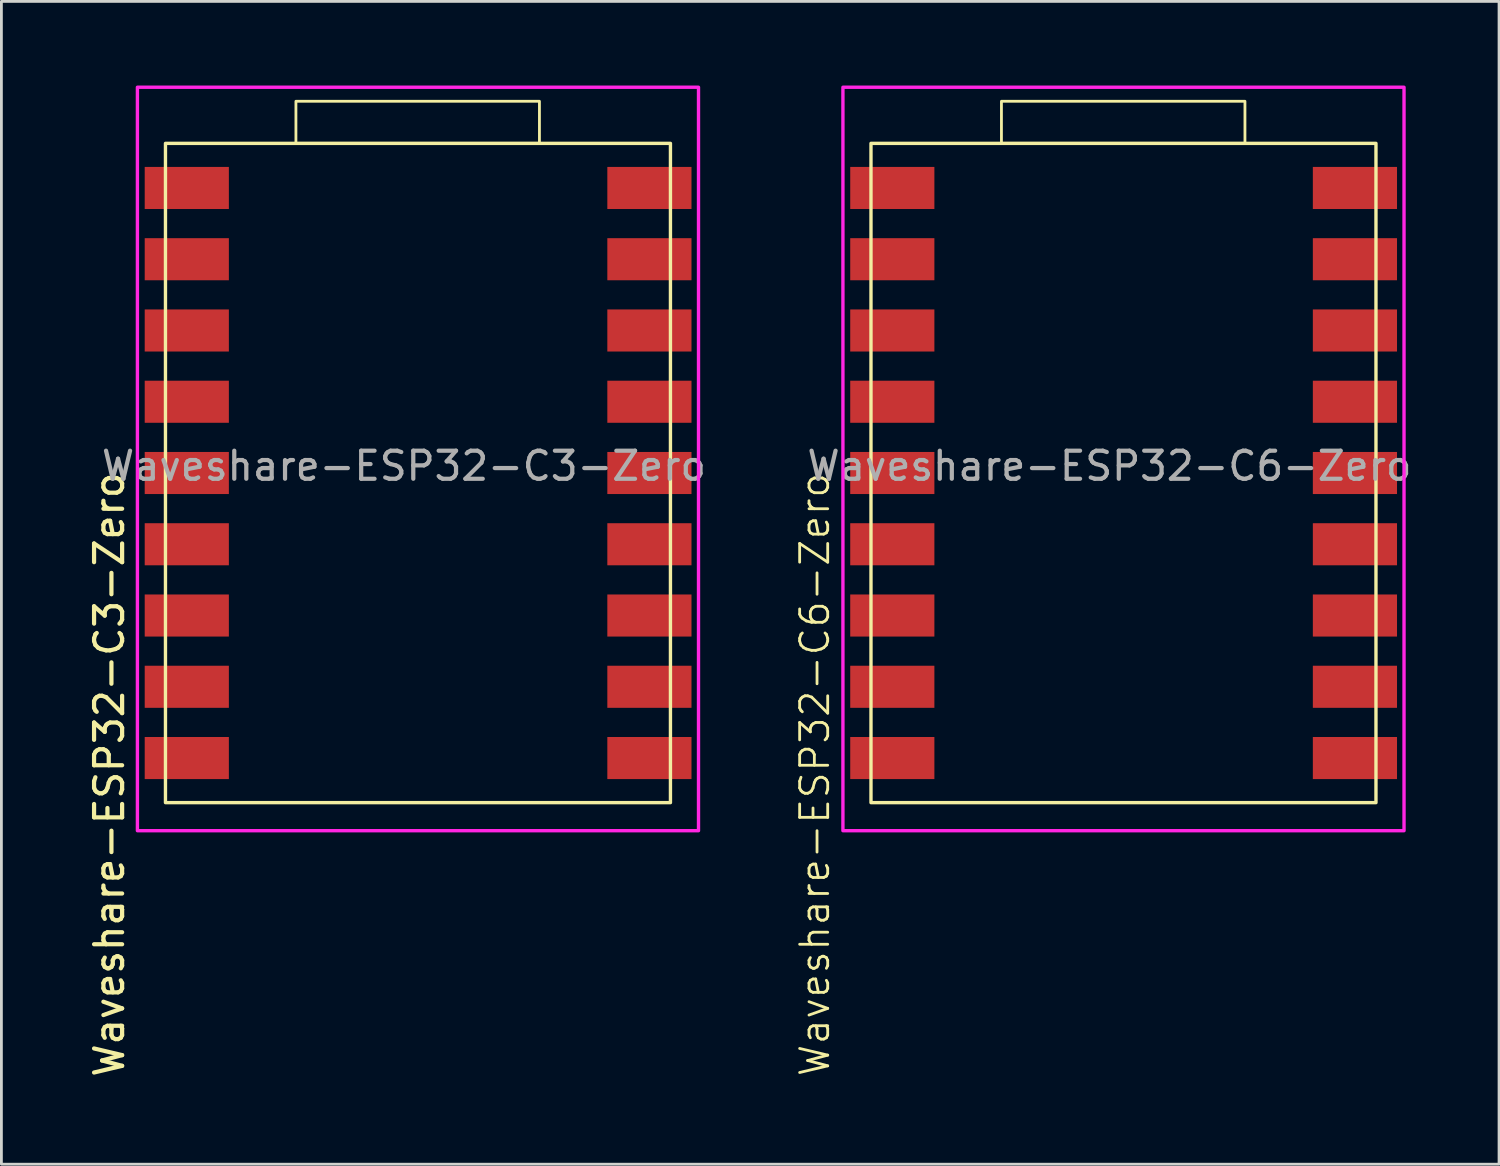
<source format=kicad_pcb>
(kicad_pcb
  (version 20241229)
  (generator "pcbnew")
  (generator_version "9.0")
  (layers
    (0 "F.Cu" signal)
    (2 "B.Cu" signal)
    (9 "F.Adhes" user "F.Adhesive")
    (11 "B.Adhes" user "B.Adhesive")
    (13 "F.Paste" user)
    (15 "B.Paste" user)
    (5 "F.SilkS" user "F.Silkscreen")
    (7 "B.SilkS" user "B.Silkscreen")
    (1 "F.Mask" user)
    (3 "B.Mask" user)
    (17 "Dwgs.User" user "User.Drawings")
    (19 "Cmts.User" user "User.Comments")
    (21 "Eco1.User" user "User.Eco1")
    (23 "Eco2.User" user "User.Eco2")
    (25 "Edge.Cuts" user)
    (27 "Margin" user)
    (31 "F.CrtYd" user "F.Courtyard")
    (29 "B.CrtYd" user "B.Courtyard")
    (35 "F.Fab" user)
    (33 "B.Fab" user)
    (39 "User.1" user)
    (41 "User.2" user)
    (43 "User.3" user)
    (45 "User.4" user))
  (footprint "Waveshare-ESP32-C3-Zero"
    (layer "F.Cu")
    (at 11.348 13.56)
    (property "Reference" "Waveshare-ESP32-C3-Zero" (at -10.5 11 90) (unlocked yes) (layer "F.SilkS") (effects (font (size 1 1) (thickness 0.15))))
    (attr smd)
    (fp_rect (start -8.5 -11.5) (end 9.5 12) (stroke (width 0.12) (type default)) (fill no) (layer "F.SilkS"))
    (fp_rect (start -3.85 -11.5) (end 4.83 -13) (stroke (width 0.1) (type default)) (fill no) (layer "F.SilkS"))
    (fp_rect (start -9.5 -13.5) (end 10.5 13) (stroke (width 0.12) (type default)) (fill no) (layer "F.CrtYd"))
    (fp_text user "${REFERENCE}" (at 0 0 0) (unlocked yes) (layer "F.Fab") (effects (font (size 1 1) (thickness 0.15))))
    (pad "1" smd rect (at -7.74 -9.91) (size 3 1.5) (layers "F.Cu" "F.Mask" "F.Paste"))
    (pad "2" smd rect (at -7.74 -7.37) (size 3 1.5) (layers "F.Cu" "F.Mask" "F.Paste"))
    (pad "3" smd rect (at -7.74 -4.83) (size 3 1.5) (layers "F.Cu" "F.Mask" "F.Paste"))
    (pad "4" smd rect (at -7.74 -2.29) (size 3 1.5) (layers "F.Cu" "F.Mask" "F.Paste"))
    (pad "5" smd rect (at -7.74 0.25) (size 3 1.5) (layers "F.Cu" "F.Mask" "F.Paste"))
    (pad "6" smd rect (at -7.74 2.79) (size 3 1.5) (layers "F.Cu" "F.Mask" "F.Paste"))
    (pad "7" smd rect (at -7.74 5.33) (size 3 1.5) (layers "F.Cu" "F.Mask" "F.Paste"))
    (pad "8" smd rect (at -7.74 7.87) (size 3 1.5) (layers "F.Cu" "F.Mask" "F.Paste"))
    (pad "9" smd rect (at -7.74 10.41) (size 3 1.5) (layers "F.Cu" "F.Mask" "F.Paste"))
    (pad "10" smd rect (at 8.75 10.41) (size 3 1.5) (layers "F.Cu" "F.Mask" "F.Paste"))
    (pad "11" smd rect (at 8.75 7.87) (size 3 1.5) (layers "F.Cu" "F.Mask" "F.Paste"))
    (pad "12" smd rect (at 8.75 5.33) (size 3 1.5) (layers "F.Cu" "F.Mask" "F.Paste"))
    (pad "13" smd rect (at 8.75 2.79) (size 3 1.5) (layers "F.Cu" "F.Mask" "F.Paste"))
    (pad "14" smd rect (at 8.75 0.25) (size 3 1.5) (layers "F.Cu" "F.Mask" "F.Paste"))
    (pad "15" smd rect (at 8.75 -2.29) (size 3 1.5) (layers "F.Cu" "F.Mask" "F.Paste"))
    (pad "16" smd rect (at 8.75 -4.83) (size 3 1.5) (layers "F.Cu" "F.Mask" "F.Paste"))
    (pad "17" smd rect (at 8.75 -7.37) (size 3 1.5) (layers "F.Cu" "F.Mask" "F.Paste"))
    (pad "18" smd rect (at 8.75 -9.91) (size 3 1.5) (layers "F.Cu" "F.Mask" "F.Paste"))
    (zone (net_name "") (layers "F.Cu" "B.Cu") (hatch edge 0.5) (connect_pads) (min_thickness 0.25) (filled_areas_thickness no) (keepout (tracks not_allowed) (vias not_allowed) (pads not_allowed) (copperpour not_allowed) (footprints not_allowed)) (placement (enabled no)) (fill) (polygon (pts (xy 7.848 22.06) (xy 15.848 22.06) (xy 15.848 26.56) (xy 7.848 26.56)))))
  (footprint "Waveshare-ESP32-C6-Zero"
    (layer "F.Cu")
    (at 36.496 13.56)
    (property "Reference" "Waveshare-ESP32-C6-Zero" (at -10.5 11 90) (unlocked yes) (layer "F.SilkS") (effects (font (size 1 1) (thickness 0.1))))
    (attr smd)
    (fp_rect (start -8.5 -11.5) (end 9.5 12) (stroke (width 0.12) (type default)) (fill no) (layer "F.SilkS"))
    (fp_rect (start -3.85 -11.5) (end 4.83 -13) (stroke (width 0.1) (type default)) (fill no) (layer "F.SilkS"))
    (fp_rect (start -9.5 -13.5) (end 10.5 13) (stroke (width 0.12) (type default)) (fill no) (layer "F.CrtYd"))
    (fp_text user "${REFERENCE}" (at 0 0 0) (unlocked yes) (layer "F.Fab") (effects (font (size 1 1) (thickness 0.15))))
    (pad "1" smd rect (at -7.74 -9.91) (size 3 1.5) (layers "F.Cu" "F.Mask" "F.Paste"))
    (pad "2" smd rect (at -7.74 -7.37) (size 3 1.5) (layers "F.Cu" "F.Mask" "F.Paste"))
    (pad "3" smd rect (at -7.74 -4.83) (size 3 1.5) (layers "F.Cu" "F.Mask" "F.Paste"))
    (pad "4" smd rect (at -7.74 -2.29) (size 3 1.5) (layers "F.Cu" "F.Mask" "F.Paste"))
    (pad "5" smd rect (at -7.74 0.25) (size 3 1.5) (layers "F.Cu" "F.Mask" "F.Paste"))
    (pad "6" smd rect (at -7.74 2.79) (size 3 1.5) (layers "F.Cu" "F.Mask" "F.Paste"))
    (pad "7" smd rect (at -7.74 5.33) (size 3 1.5) (layers "F.Cu" "F.Mask" "F.Paste"))
    (pad "8" smd rect (at -7.74 7.87) (size 3 1.5) (layers "F.Cu" "F.Mask" "F.Paste"))
    (pad "9" smd rect (at -7.74 10.41) (size 3 1.5) (layers "F.Cu" "F.Mask" "F.Paste"))
    (pad "10" smd rect (at 8.75 10.41) (size 3 1.5) (layers "F.Cu" "F.Mask" "F.Paste"))
    (pad "11" smd rect (at 8.75 7.87) (size 3 1.5) (layers "F.Cu" "F.Mask" "F.Paste"))
    (pad "12" smd rect (at 8.75 5.33) (size 3 1.5) (layers "F.Cu" "F.Mask" "F.Paste"))
    (pad "13" smd rect (at 8.75 2.79) (size 3 1.5) (layers "F.Cu" "F.Mask" "F.Paste"))
    (pad "14" smd rect (at 8.75 0.25) (size 3 1.5) (layers "F.Cu" "F.Mask" "F.Paste"))
    (pad "15" smd rect (at 8.75 -2.29) (size 3 1.5) (layers "F.Cu" "F.Mask" "F.Paste"))
    (pad "16" smd rect (at 8.75 -4.83) (size 3 1.5) (layers "F.Cu" "F.Mask" "F.Paste"))
    (pad "17" smd rect (at 8.75 -7.37) (size 3 1.5) (layers "F.Cu" "F.Mask" "F.Paste"))
    (pad "18" smd rect (at 8.75 -9.91) (size 3 1.5) (layers "F.Cu" "F.Mask" "F.Paste"))
    (zone (net_name "") (layers "F.Cu" "B.Cu") (hatch edge 0.5) (connect_pads) (min_thickness 0.25) (filled_areas_thickness no) (keepout (tracks not_allowed) (vias not_allowed) (pads not_allowed) (copperpour not_allowed) (footprints not_allowed)) (placement (enabled no)) (fill) (polygon (pts (xy 32.996 22.06) (xy 40.996 22.06) (xy 40.996 26.56) (xy 32.996 26.56)))))
  (gr_rect
    (start -3 -3)
    (end 50.383 38.447)
    (stroke (width 0.1) (type default))
    (fill no)
    (layer "Edge.Cuts")))
</source>
